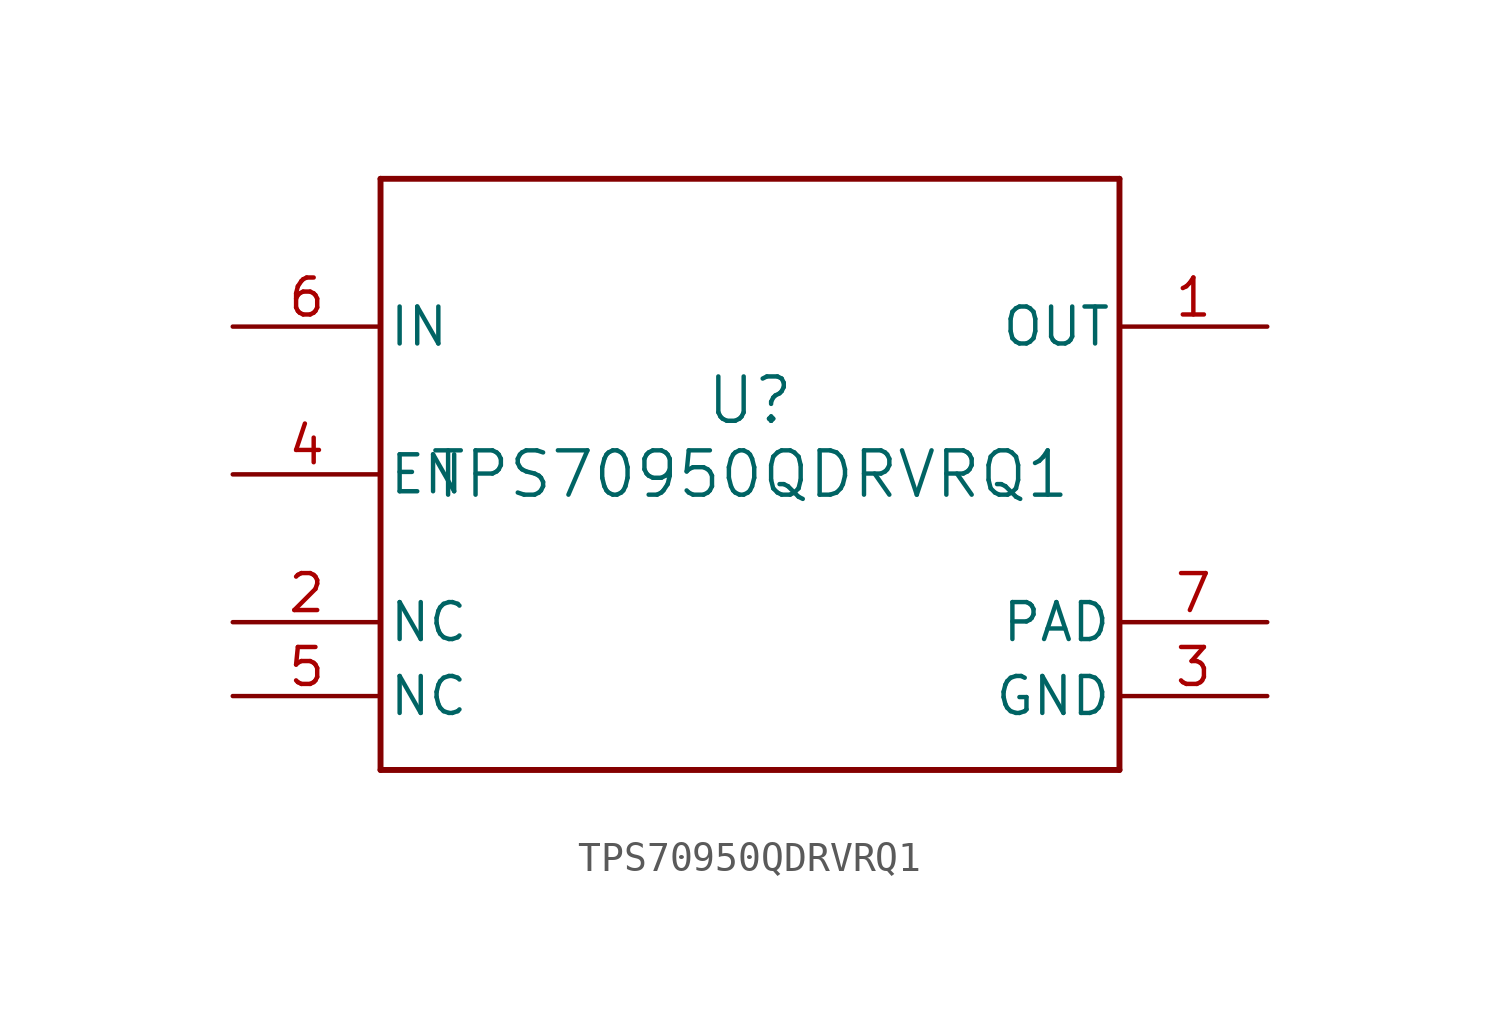
<source format=kicad_sym>
(kicad_symbol_lib
  (version 20211014)
  (generator kicad_symbol_editor)
  (symbol "TPS70950QDRVRQ1"
    (pin_names
      (offset 0.254))
    (property "Reference" "U"
      (at 0 2.54 0)
      (effects (font (size 1.524 1.524))))
    (property "Value" "TPS70950QDRVRQ1"
      (at 0 0 0)
      (effects (font (size 1.524 1.524))))
    (symbol "TPS70950QDRVRQ1_0_1"
      (polyline (pts (xy -12.7 -10.16) (xy 12.7 -10.16)) (stroke (width 0.203) (type default) (color 0 0 0 0)) (fill (type none)))
      (polyline (pts (xy 12.7 -10.16) (xy 12.7 10.16)) (stroke (width 0.203) (type default) (color 0 0 0 0)) (fill (type none)))
      (polyline (pts (xy 12.7 10.16) (xy -12.7 10.16)) (stroke (width 0.203) (type default) (color 0 0 0 0)) (fill (type none)))
      (polyline (pts (xy -12.7 10.16) (xy -12.7 -10.16)) (stroke (width 0.203) (type default) (color 0 0 0 0)) (fill (type none)))
      (pin power_in line (at 17.78 5.08 180) (length 5.08) (name "OUT" (effects (font (size 1.27 1.27)))) (number "1" (effects (font (size 1.27 1.27)))))
      (pin unspecified line (at -17.78 -5.08 0) (length 5.08) (name "NC" (effects (font (size 1.27 1.27)))) (number "2" (effects (font (size 1.27 1.27)))))
      (pin power_in line (at 17.78 -7.62 180) (length 5.08) (name "GND" (effects (font (size 1.27 1.27)))) (number "3" (effects (font (size 1.27 1.27)))))
      (pin input line (at -17.78 0 0) (length 5.08) (name "EN" (effects (font (size 1.27 1.27)))) (number "4" (effects (font (size 1.27 1.27)))))
      (pin unspecified line (at -17.78 -7.62 0) (length 5.08) (name "NC" (effects (font (size 1.27 1.27)))) (number "5" (effects (font (size 1.27 1.27)))))
      (pin power_in line (at -17.78 5.08 0) (length 5.08) (name "IN" (effects (font (size 1.27 1.27)))) (number "6" (effects (font (size 1.27 1.27)))))
      (pin power_in line (at 17.78 -5.08 180) (length 5.08) (name "PAD" (effects (font (size 1.27 1.27)))) (number "7" (effects (font (size 1.27 1.27))))))))
</source>
